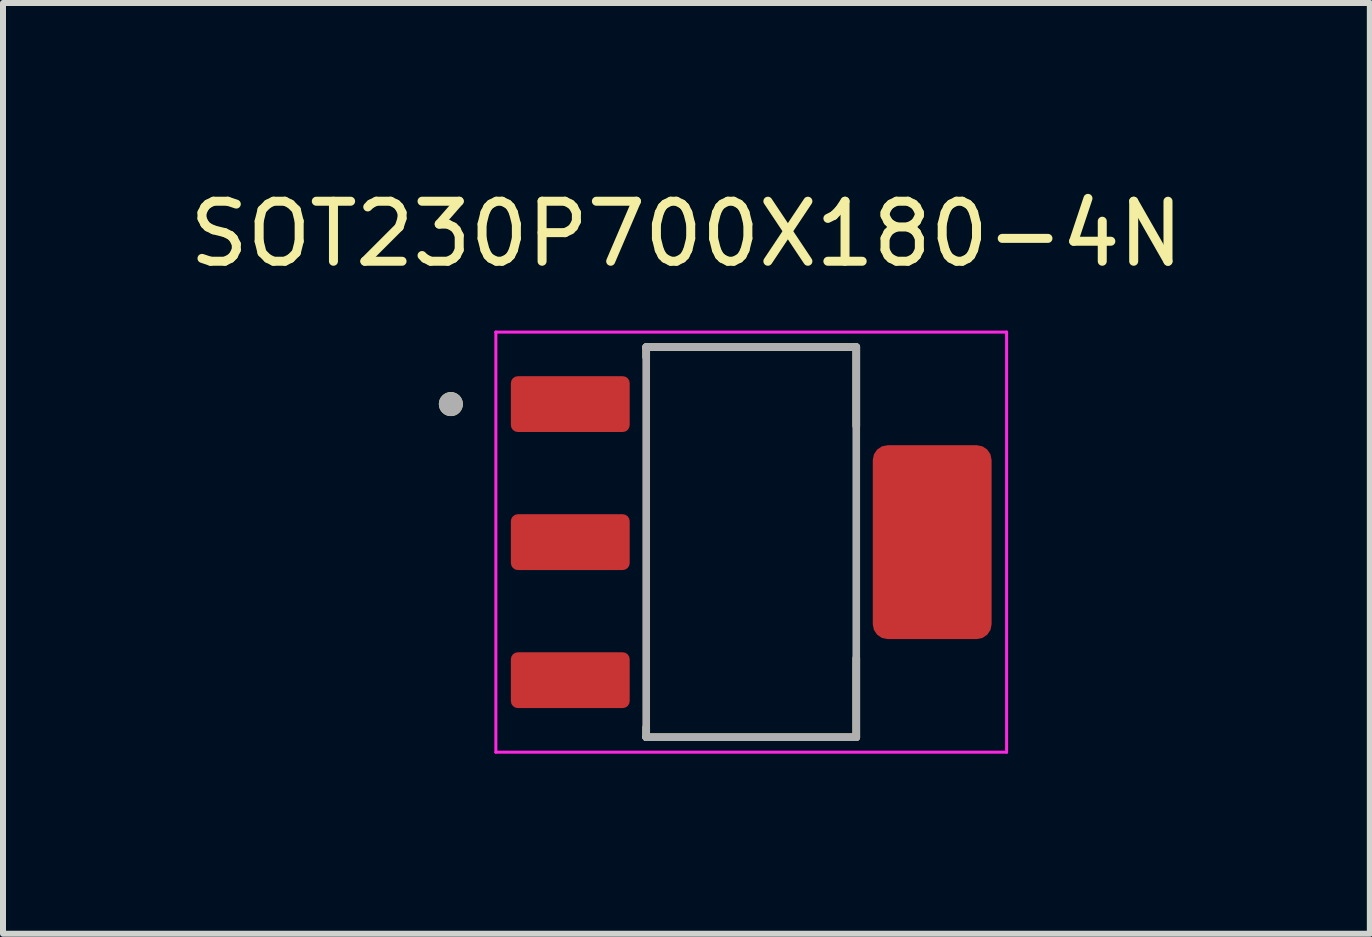
<source format=kicad_pcb>
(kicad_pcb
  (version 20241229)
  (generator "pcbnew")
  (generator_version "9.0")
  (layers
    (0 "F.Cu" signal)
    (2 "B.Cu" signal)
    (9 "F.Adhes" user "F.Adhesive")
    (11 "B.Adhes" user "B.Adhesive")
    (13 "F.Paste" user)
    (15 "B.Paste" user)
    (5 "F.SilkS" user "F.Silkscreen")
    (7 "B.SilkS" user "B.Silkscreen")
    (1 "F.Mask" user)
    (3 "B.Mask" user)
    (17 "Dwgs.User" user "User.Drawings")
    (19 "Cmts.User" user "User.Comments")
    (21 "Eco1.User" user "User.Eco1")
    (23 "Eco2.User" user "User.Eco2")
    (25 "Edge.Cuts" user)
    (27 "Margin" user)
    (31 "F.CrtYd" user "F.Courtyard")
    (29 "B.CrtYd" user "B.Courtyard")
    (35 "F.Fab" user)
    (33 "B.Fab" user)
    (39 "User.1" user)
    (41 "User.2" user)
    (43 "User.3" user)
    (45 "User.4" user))
  (footprint "SOT230P700X180-4N"
    (layer "F.Cu")
    (at 9.467 5.983)
    (property "Reference" "SOT230P700X180-4N" (at -1.08 -5.135 0) (layer "F.SilkS") (effects (font (size 1 1) (thickness 0.15))))
    (attr smd)
    (fp_line (start -1.75 -3.25) (end -1.75 -3.085) (stroke (width 0.127) (type solid)) (layer "F.SilkS"))
    (fp_line (start -1.75 3.25) (end -1.75 3.085) (stroke (width 0.127) (type solid)) (layer "F.SilkS"))
    (fp_line (start -1.75 3.25) (end 1.75 3.25) (stroke (width 0.127) (type solid)) (layer "F.SilkS"))
    (fp_line (start 1.75 -3.25) (end -1.75 -3.25) (stroke (width 0.127) (type solid)) (layer "F.SilkS"))
    (fp_line (start 1.75 -1.935) (end 1.75 -3.25) (stroke (width 0.127) (type solid)) (layer "F.SilkS"))
    (fp_line (start 1.75 3.25) (end 1.75 1.935) (stroke (width 0.127) (type solid)) (layer "F.SilkS"))
    (fp_circle (center -5.005 -2.3) (end -4.905 -2.3) (stroke (width 0.2) (type solid)) (fill no) (layer "F.SilkS"))
    (fp_line (start -4.255 -3.5) (end -4.255 3.5) (stroke (width 0.05) (type solid)) (layer "F.CrtYd"))
    (fp_line (start -4.255 3.5) (end 4.255 3.5) (stroke (width 0.05) (type solid)) (layer "F.CrtYd"))
    (fp_line (start 4.255 -3.5) (end -4.255 -3.5) (stroke (width 0.05) (type solid)) (layer "F.CrtYd"))
    (fp_line (start 4.255 3.5) (end 4.255 -3.5) (stroke (width 0.05) (type solid)) (layer "F.CrtYd"))
    (fp_line (start -1.75 -3.25) (end -1.75 3.25) (stroke (width 0.127) (type solid)) (layer "F.Fab"))
    (fp_line (start -1.75 3.25) (end 1.75 3.25) (stroke (width 0.127) (type solid)) (layer "F.Fab"))
    (fp_line (start 1.75 -3.25) (end -1.75 -3.25) (stroke (width 0.127) (type solid)) (layer "F.Fab"))
    (fp_line (start 1.75 3.25) (end 1.75 -3.25) (stroke (width 0.127) (type solid)) (layer "F.Fab"))
    (fp_circle (center -5.005 -2.3) (end -4.905 -2.3) (stroke (width 0.2) (type solid)) (fill no) (layer "F.Fab"))
    (pad "1" smd roundrect (at -3.015 -2.3) (size 1.98 0.93) (layers "F.Cu" "F.Mask" "F.Paste") (roundrect_rratio 0.125))
    (pad "2" smd roundrect (at -3.015 0) (size 1.98 0.93) (layers "F.Cu" "F.Mask" "F.Paste") (roundrect_rratio 0.125))
    (pad "3" smd roundrect (at -3.015 2.3) (size 1.98 0.93) (layers "F.Cu" "F.Mask" "F.Paste") (roundrect_rratio 0.125))
    (pad "4" smd roundrect (at 3.015 0) (size 1.98 3.23) (layers "F.Cu" "F.Mask" "F.Paste") (roundrect_rratio 0.125)))
  (gr_rect
    (start -3 -3)
    (end 19.774 12.508)
    (stroke (width 0.1) (type default))
    (fill no)
    (layer "Edge.Cuts")))
</source>
